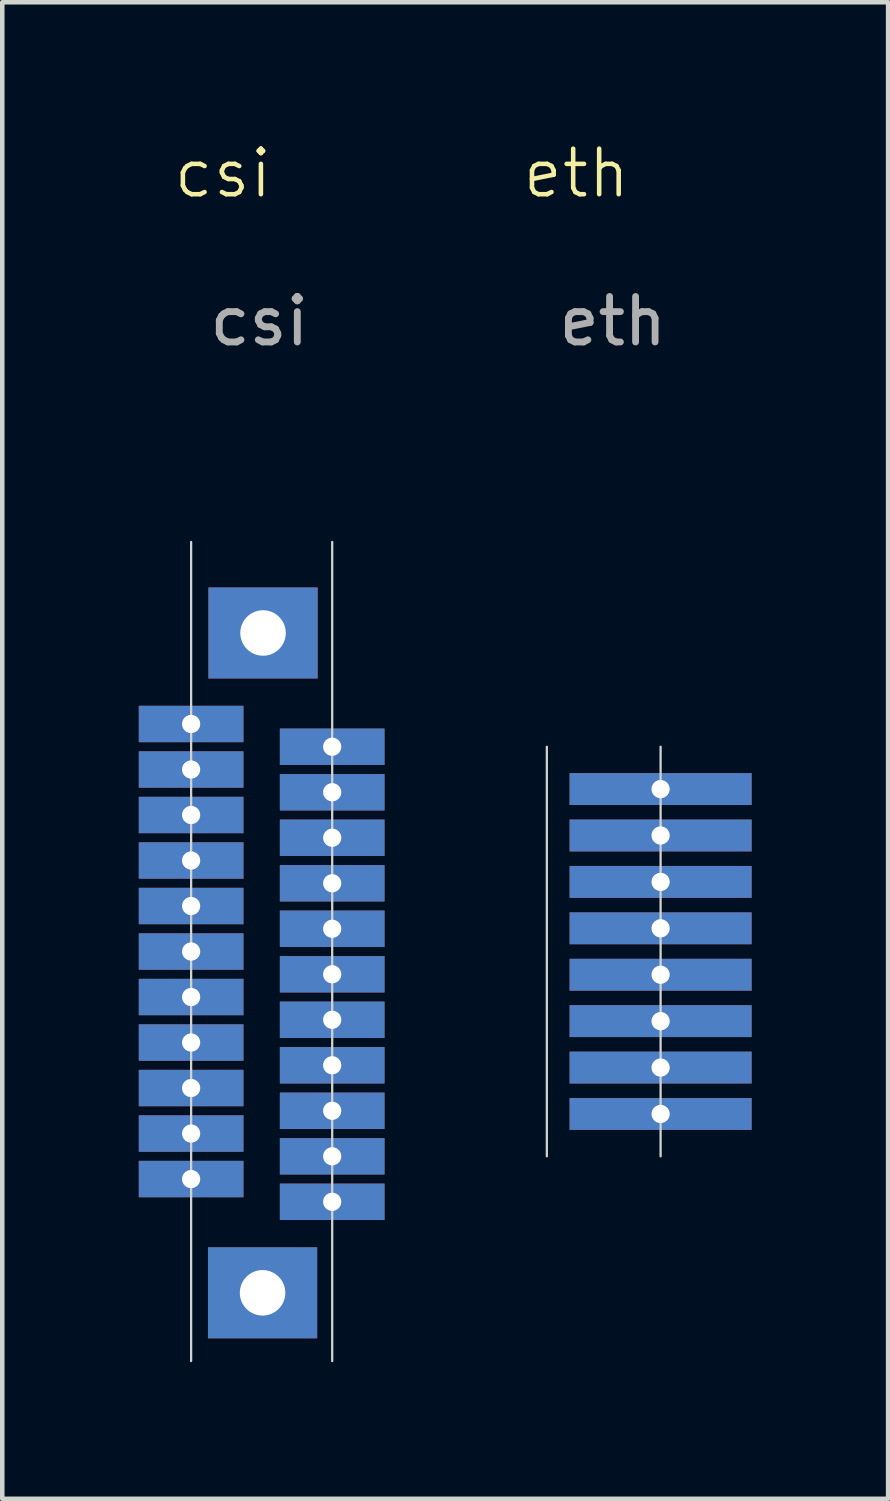
<source format=kicad_pcb>
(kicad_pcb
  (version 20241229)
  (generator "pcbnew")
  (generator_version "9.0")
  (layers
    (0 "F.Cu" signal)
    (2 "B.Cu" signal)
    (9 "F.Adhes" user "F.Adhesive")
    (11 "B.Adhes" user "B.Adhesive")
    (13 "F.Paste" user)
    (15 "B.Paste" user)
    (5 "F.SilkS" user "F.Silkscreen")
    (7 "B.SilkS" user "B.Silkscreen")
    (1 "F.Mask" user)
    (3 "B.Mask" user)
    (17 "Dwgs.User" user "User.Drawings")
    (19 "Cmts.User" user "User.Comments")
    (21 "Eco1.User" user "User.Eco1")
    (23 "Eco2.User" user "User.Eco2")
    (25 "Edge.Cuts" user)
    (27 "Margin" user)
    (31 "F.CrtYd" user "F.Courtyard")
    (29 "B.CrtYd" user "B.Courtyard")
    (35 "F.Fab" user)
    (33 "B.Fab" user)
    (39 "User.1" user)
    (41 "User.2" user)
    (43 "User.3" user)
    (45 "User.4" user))
  (footprint "csi"
    (layer "F.Cu")
    (at 2.7 17.86)
    (property "Reference" "csi" (at -0.85 -17.1 0) (unlocked yes) (layer "F.SilkS") (effects (font (size 1 1) (thickness 0.1))))
    (attr smd)
    (fp_line (start -1.55 -9) (end -1.55 9) (stroke (width 0.05) (type default)) (layer "Edge.Cuts"))
    (fp_line (start 1.55 9) (end 1.55 -9) (stroke (width 0.05) (type default)) (layer "Edge.Cuts"))
    (fp_text user "${REFERENCE}" (at -0.05 -13.85 0) (unlocked yes) (layer "F.Fab") (effects (font (size 1 1) (thickness 0.15))))
    (pad "1" thru_hole rect (at -1.55 -5) (size 2.3 0.8) (drill 0.4) (property pad_prop_castellated) (layers "*.Cu" "*.Mask"))
    (pad "2" thru_hole rect (at 1.55 -4.5) (size 2.3 0.8) (drill 0.4) (property pad_prop_castellated) (layers "*.Cu" "*.Mask"))
    (pad "3" thru_hole rect (at -1.55 -4) (size 2.3 0.8) (drill 0.4) (property pad_prop_castellated) (layers "*.Cu" "*.Mask"))
    (pad "4" thru_hole rect (at 1.55 -3.5) (size 2.3 0.8) (drill 0.4) (property pad_prop_castellated) (layers "*.Cu" "*.Mask"))
    (pad "5" thru_hole rect (at -1.55 -3) (size 2.3 0.8) (drill 0.4) (property pad_prop_castellated) (layers "*.Cu" "*.Mask"))
    (pad "6" thru_hole rect (at 1.55 -2.5) (size 2.3 0.8) (drill 0.4) (property pad_prop_castellated) (layers "*.Cu" "*.Mask"))
    (pad "7" thru_hole rect (at -1.55 -2) (size 2.3 0.8) (drill 0.4) (property pad_prop_castellated) (layers "*.Cu" "*.Mask"))
    (pad "8" thru_hole rect (at 1.55 -1.5) (size 2.3 0.8) (drill 0.4) (property pad_prop_castellated) (layers "*.Cu" "*.Mask"))
    (pad "9" thru_hole rect (at -1.55 -1) (size 2.3 0.8) (drill 0.4) (property pad_prop_castellated) (layers "*.Cu" "*.Mask"))
    (pad "10" thru_hole rect (at 1.55 -0.5) (size 2.3 0.8) (drill 0.4) (property pad_prop_castellated) (layers "*.Cu" "*.Mask"))
    (pad "11" thru_hole rect (at -1.55 0) (size 2.3 0.8) (drill 0.4) (property pad_prop_castellated) (layers "*.Cu" "*.Mask"))
    (pad "12" thru_hole rect (at 1.55 0.5) (size 2.3 0.8) (drill 0.4) (property pad_prop_castellated) (layers "*.Cu" "*.Mask"))
    (pad "13" thru_hole rect (at -1.55 1) (size 2.3 0.8) (drill 0.4) (property pad_prop_castellated) (layers "*.Cu" "*.Mask"))
    (pad "14" thru_hole rect (at 1.55 1.5) (size 2.3 0.8) (drill 0.4) (property pad_prop_castellated) (layers "*.Cu" "*.Mask"))
    (pad "15" thru_hole rect (at -1.55 2) (size 2.3 0.8) (drill 0.4) (property pad_prop_castellated) (layers "*.Cu" "*.Mask"))
    (pad "16" thru_hole rect (at 1.55 2.5) (size 2.3 0.8) (drill 0.4) (property pad_prop_castellated) (layers "*.Cu" "*.Mask"))
    (pad "17" thru_hole rect (at -1.55 3) (size 2.3 0.8) (drill 0.4) (property pad_prop_castellated) (layers "*.Cu" "*.Mask"))
    (pad "18" thru_hole rect (at 1.55 3.5) (size 2.3 0.8) (drill 0.4) (property pad_prop_castellated) (layers "*.Cu" "*.Mask"))
    (pad "19" thru_hole rect (at -1.55 4) (size 2.3 0.8) (drill 0.4) (property pad_prop_castellated) (layers "*.Cu" "*.Mask"))
    (pad "20" thru_hole rect (at 1.55 4.5) (size 2.3 0.8) (drill 0.4) (property pad_prop_castellated) (layers "*.Cu" "*.Mask"))
    (pad "21" thru_hole rect (at -1.55 5) (size 2.3 0.8) (drill 0.4) (property pad_prop_castellated) (layers "*.Cu" "*.Mask"))
    (pad "22" thru_hole rect (at 1.55 5.5) (size 2.3 0.8) (drill 0.4) (property pad_prop_castellated) (layers "*.Cu" "*.Mask"))
    (pad "23" thru_hole rect (at 0.03 -7) (size 2.4 2) (drill 1) (property pad_prop_castellated) (layers "*.Cu" "*.Mask"))
    (pad "24" thru_hole rect (at 0.02 7.5) (size 2.4 2) (drill 1) (property pad_prop_castellated) (layers "*.Cu" "*.Mask")))
  (footprint "eth"
    (layer "F.Cu")
    (at 10.467 17.86)
    (property "Reference" "eth" (at -0.85 -17.1 0) (unlocked yes) (layer "F.SilkS") (effects (font (size 1 1) (thickness 0.1))))
    (attr smd)
    (fp_line (start -1.5 4.5) (end -1.5 -4.5) (stroke (width 0.05) (type default)) (layer "Edge.Cuts"))
    (fp_line (start 1 -4.5) (end 1 4.5) (stroke (width 0.05) (type default)) (layer "Edge.Cuts"))
    (fp_text user "${REFERENCE}" (at -0.05 -13.85 0) (unlocked yes) (layer "F.Fab") (effects (font (size 1 1) (thickness 0.15))))
    (pad "1" thru_hole rect (at 1 3.57) (size 4 0.7) (drill 0.4) (property pad_prop_castellated) (layers "*.Cu" "*.Mask"))
    (pad "2" thru_hole rect (at 1 2.55) (size 4 0.7) (drill 0.4) (property pad_prop_castellated) (layers "*.Cu" "*.Mask"))
    (pad "3" thru_hole rect (at 1 1.53) (size 4 0.7) (drill 0.4) (property pad_prop_castellated) (layers "*.Cu" "*.Mask"))
    (pad "4" thru_hole rect (at 1 0.51) (size 4 0.7) (drill 0.4) (property pad_prop_castellated) (layers "*.Cu" "*.Mask"))
    (pad "5" thru_hole rect (at 1 -0.51) (size 4 0.7) (drill 0.4) (property pad_prop_castellated) (layers "*.Cu" "*.Mask"))
    (pad "6" thru_hole rect (at 1 -1.53) (size 4 0.7) (drill 0.4) (property pad_prop_castellated) (layers "*.Cu" "*.Mask"))
    (pad "7" thru_hole rect (at 1 -2.55) (size 4 0.7) (drill 0.4) (property pad_prop_castellated) (layers "*.Cu" "*.Mask"))
    (pad "8" thru_hole rect (at 1 -3.57) (size 4 0.7) (drill 0.4) (property pad_prop_castellated) (layers "*.Cu" "*.Mask")))
  (gr_rect
    (start -3 -3)
    (end 16.467 29.886)
    (stroke (width 0.1) (type default))
    (fill no)
    (layer "Edge.Cuts")))
</source>
